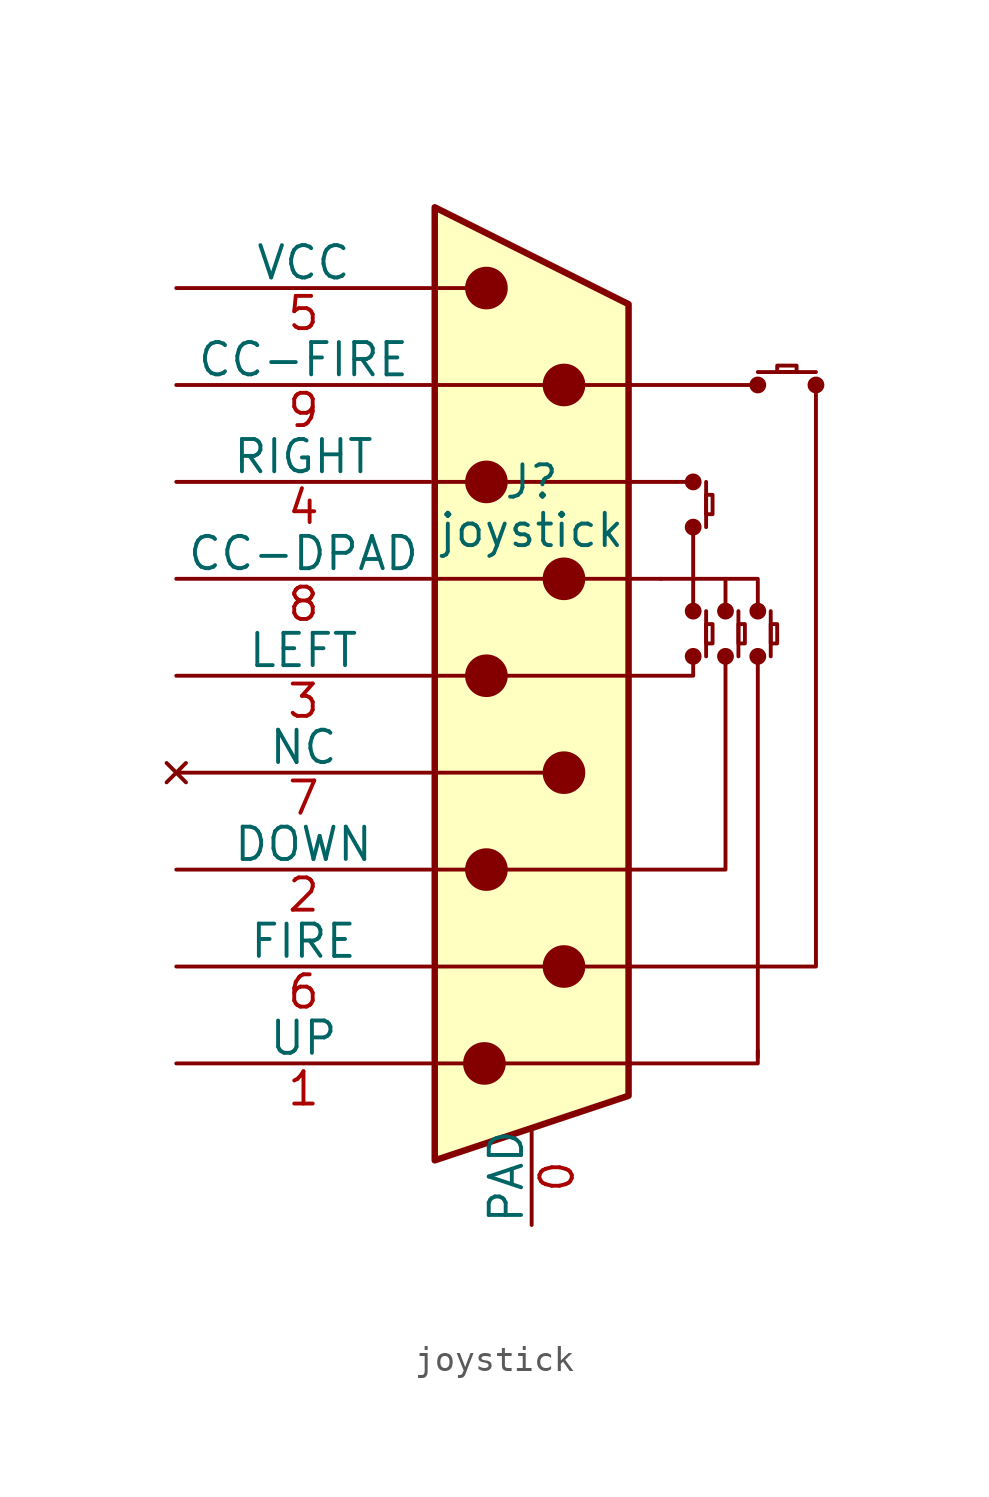
<source format=kicad_sym>
(kicad_symbol_lib
  (version 20231120)
  (generator "kicad_symbol_editor")
  (generator_version "8.0")
  (symbol "joystick"
    (pin_names
      (offset 0))
    (property "Reference" "J"
      (at 1.27 7.62 0)
      (effects (font (size 1.27 1.27))))
    (property "Value" "joystick"
      (at 1.27 5.715 0)
      (effects (font (size 1.27 1.27))))
    (symbol "joystick_0_1"
      (circle (center -0.588 -15.24) (radius 0.762) (stroke (width 0) (type default)) (fill (type outline)))
      (circle (center -0.508 -7.62) (radius 0.762) (stroke (width 0) (type default)) (fill (type outline)))
      (circle (center -0.508 0) (radius 0.762) (stroke (width 0) (type default)) (fill (type outline)))
      (circle (center -0.508 7.62) (radius 0.762) (stroke (width 0) (type default)) (fill (type outline)))
      (circle (center -0.508 15.24) (radius 0.762) (stroke (width 0) (type default)) (fill (type outline)))
      (polyline (pts (xy -2.62 -15.24) (xy -1.35 -15.24)) (stroke (width 0) (type default)) (fill (type none)))
      (polyline (pts (xy -2.54 -11.43) (xy 1.778 -11.43)) (stroke (width 0) (type default)) (fill (type none)))
      (polyline (pts (xy -2.54 -7.62) (xy -1.27 -7.62)) (stroke (width 0) (type default)) (fill (type none)))
      (polyline (pts (xy -2.54 -3.81) (xy 1.778 -3.81)) (stroke (width 0) (type default)) (fill (type none)))
      (polyline (pts (xy -2.54 0) (xy -1.27 0)) (stroke (width 0) (type default)) (fill (type none)))
      (polyline (pts (xy -2.54 3.81) (xy 1.778 3.81)) (stroke (width 0) (type default)) (fill (type none)))
      (polyline (pts (xy -2.54 7.62) (xy -1.27 7.62)) (stroke (width 0) (type default)) (fill (type none)))
      (polyline (pts (xy -2.54 11.43) (xy 1.778 11.43)) (stroke (width 0) (type default)) (fill (type none)))
      (polyline (pts (xy -2.54 15.24) (xy -1.27 15.24)) (stroke (width 0) (type default)) (fill (type none)))
      (polyline (pts (xy 2.54 3.81) (xy 6.35 3.81)) (stroke (width 0) (type default)) (fill (type none)))
      (polyline (pts (xy 2.54 11.43) (xy 10.16 11.43)) (stroke (width 0) (type default)) (fill (type none)))
      (polyline (pts (xy 2.54 -11.43) (xy 12.446 -11.43) (xy 12.446 11.43)) (stroke (width 0) (type default)) (fill (type none)))
      (polyline (pts (xy -2.54 -19.05) (xy -2.54 18.415) (xy 5.08 14.605) (xy 5.08 -16.51) (xy -2.54 -19.05)) (stroke (width 0.254) (type default)) (fill (type background)))
      (circle (center 2.54 -11.43) (radius 0.762) (stroke (width 0) (type default)) (fill (type outline)))
      (circle (center 2.54 -3.81) (radius 0.762) (stroke (width 0) (type default)) (fill (type outline)))
      (circle (center 2.54 3.81) (radius 0.762) (stroke (width 0) (type default)) (fill (type outline)))
      (circle (center 2.54 11.43) (radius 0.762) (stroke (width 0) (type default)) (fill (type outline))))
    (symbol "joystick_1_1"
      (polyline (pts (xy -0.508 7.62) (xy 7.62 7.62)) (stroke (width 0) (type default)) (fill (type none)))
      (polyline (pts (xy 7.62 3.81) (xy 7.62 2.54)) (stroke (width 0) (type default)) (fill (type none)))
      (polyline (pts (xy 8.128 0.762) (xy 8.128 2.54)) (stroke (width 0) (type default)) (fill (type none)))
      (polyline (pts (xy 8.128 7.62) (xy 8.128 5.842)) (stroke (width 0) (type default)) (fill (type none)))
      (polyline (pts (xy 9.398 2.54) (xy 9.398 0.762)) (stroke (width 0) (type default)) (fill (type none)))
      (polyline (pts (xy 10.16 11.938) (xy 12.446 11.938)) (stroke (width 0) (type default)) (fill (type none)))
      (polyline (pts (xy 10.668 2.54) (xy 10.668 0.762)) (stroke (width 0) (type default)) (fill (type none)))
      (polyline (pts (xy -0.762 -15.24) (xy 10.16 -15.24) (xy 10.16 -14.732)) (stroke (width 0) (type default)) (fill (type none)))
      (polyline (pts (xy -0.508 0) (xy 7.62 0) (xy 7.62 0.762)) (stroke (width 0) (type default)) (fill (type none)))
      (polyline (pts (xy 6.35 3.81) (xy 7.62 3.81) (xy 7.62 5.842)) (stroke (width 0) (type default)) (fill (type none)))
      (polyline (pts (xy 7.62 3.81) (xy 8.89 3.81) (xy 8.89 2.794)) (stroke (width 0) (type default)) (fill (type none)))
      (polyline (pts (xy 8.89 3.81) (xy 10.16 3.81) (xy 10.16 2.54)) (stroke (width 0) (type default)) (fill (type none)))
      (polyline (pts (xy 10.16 0.762) (xy 10.16 -14.732) (xy 10.16 -14.986)) (stroke (width 0) (type default)) (fill (type none)))
      (polyline (pts (xy -0.508 -7.62) (xy 8.128 -7.62) (xy 8.636 -7.62) (xy 8.89 -7.62) (xy 8.89 0.762)) (stroke (width 0) (type default)) (fill (type none)))
      (circle (center 7.62 0.762) (radius 0.254) (stroke (width 0) (type default)) (fill (type outline)))
      (circle (center 7.62 2.54) (radius 0.254) (stroke (width 0) (type default)) (fill (type outline)))
      (circle (center 7.62 5.842) (radius 0.254) (stroke (width 0) (type default)) (fill (type outline)))
      (circle (center 7.62 7.62) (radius 0.254) (stroke (width 0) (type default)) (fill (type outline)))
      (rectangle (start 8.128 2.032) (end 8.382 1.27) (stroke (width 0) (type default)) (fill (type none)))
      (rectangle (start 8.128 7.112) (end 8.382 6.35) (stroke (width 0) (type default)) (fill (type none)))
      (circle (center 8.89 0.762) (radius 0.254) (stroke (width 0) (type default)) (fill (type outline)))
      (circle (center 8.89 2.54) (radius 0.254) (stroke (width 0) (type default)) (fill (type outline)))
      (rectangle (start 9.398 2.032) (end 9.652 1.27) (stroke (width 0) (type default)) (fill (type none)))
      (circle (center 10.16 0.762) (radius 0.254) (stroke (width 0) (type default)) (fill (type outline)))
      (circle (center 10.16 2.54) (radius 0.254) (stroke (width 0) (type default)) (fill (type outline)))
      (circle (center 10.16 11.43) (radius 0.254) (stroke (width 0) (type default)) (fill (type outline)))
      (rectangle (start 10.668 2.032) (end 10.922 1.27) (stroke (width 0) (type default)) (fill (type none)))
      (rectangle (start 10.922 11.938) (end 11.684 12.192) (stroke (width 0) (type default)) (fill (type none)))
      (circle (center 12.446 11.43) (radius 0.254) (stroke (width 0) (type default)) (fill (type outline)))
      (pin passive line (at 1.27 -21.59 90) (length 3.81) (name "PAD" (effects (font (size 1.27 1.27)))) (number "0" (effects (font (size 1.27 1.27)))))
      (pin passive line (at -12.7 -15.24 0) (length 10) (name "UP" (effects (font (size 1.27 1.27)))) (number "1" (effects (font (size 1.27 1.27)))))
      (pin passive line (at -12.7 -7.62 0) (length 10) (name "DOWN" (effects (font (size 1.27 1.27)))) (number "2" (effects (font (size 1.27 1.27)))))
      (pin passive line (at -12.7 0 0) (length 10) (name "LEFT" (effects (font (size 1.27 1.27)))) (number "3" (effects (font (size 1.27 1.27)))))
      (pin passive line (at -12.7 7.62 0) (length 10) (name "RIGHT" (effects (font (size 1.27 1.27)))) (number "4" (effects (font (size 1.27 1.27)))))
      (pin passive line (at -12.7 15.24 0) (length 10) (name "VCC" (effects (font (size 1.27 1.27)))) (number "5" (effects (font (size 1.27 1.27)))))
      (pin passive line (at -12.7 -11.43 0) (length 10) (name "FIRE" (effects (font (size 1.27 1.27)))) (number "6" (effects (font (size 1.27 1.27)))))
      (pin no_connect line (at -12.7 -3.81 0) (length 10) (name "NC" (effects (font (size 1.27 1.27)))) (number "7" (effects (font (size 1.27 1.27)))))
      (pin passive line (at -12.7 3.81 0) (length 10) (name "CC-DPAD" (effects (font (size 1.27 1.27)))) (number "8" (effects (font (size 1.27 1.27)))))
      (pin passive line (at -12.7 11.43 0) (length 10) (name "CC-FIRE" (effects (font (size 1.27 1.27)))) (number "9" (effects (font (size 1.27 1.27))))))))
</source>
